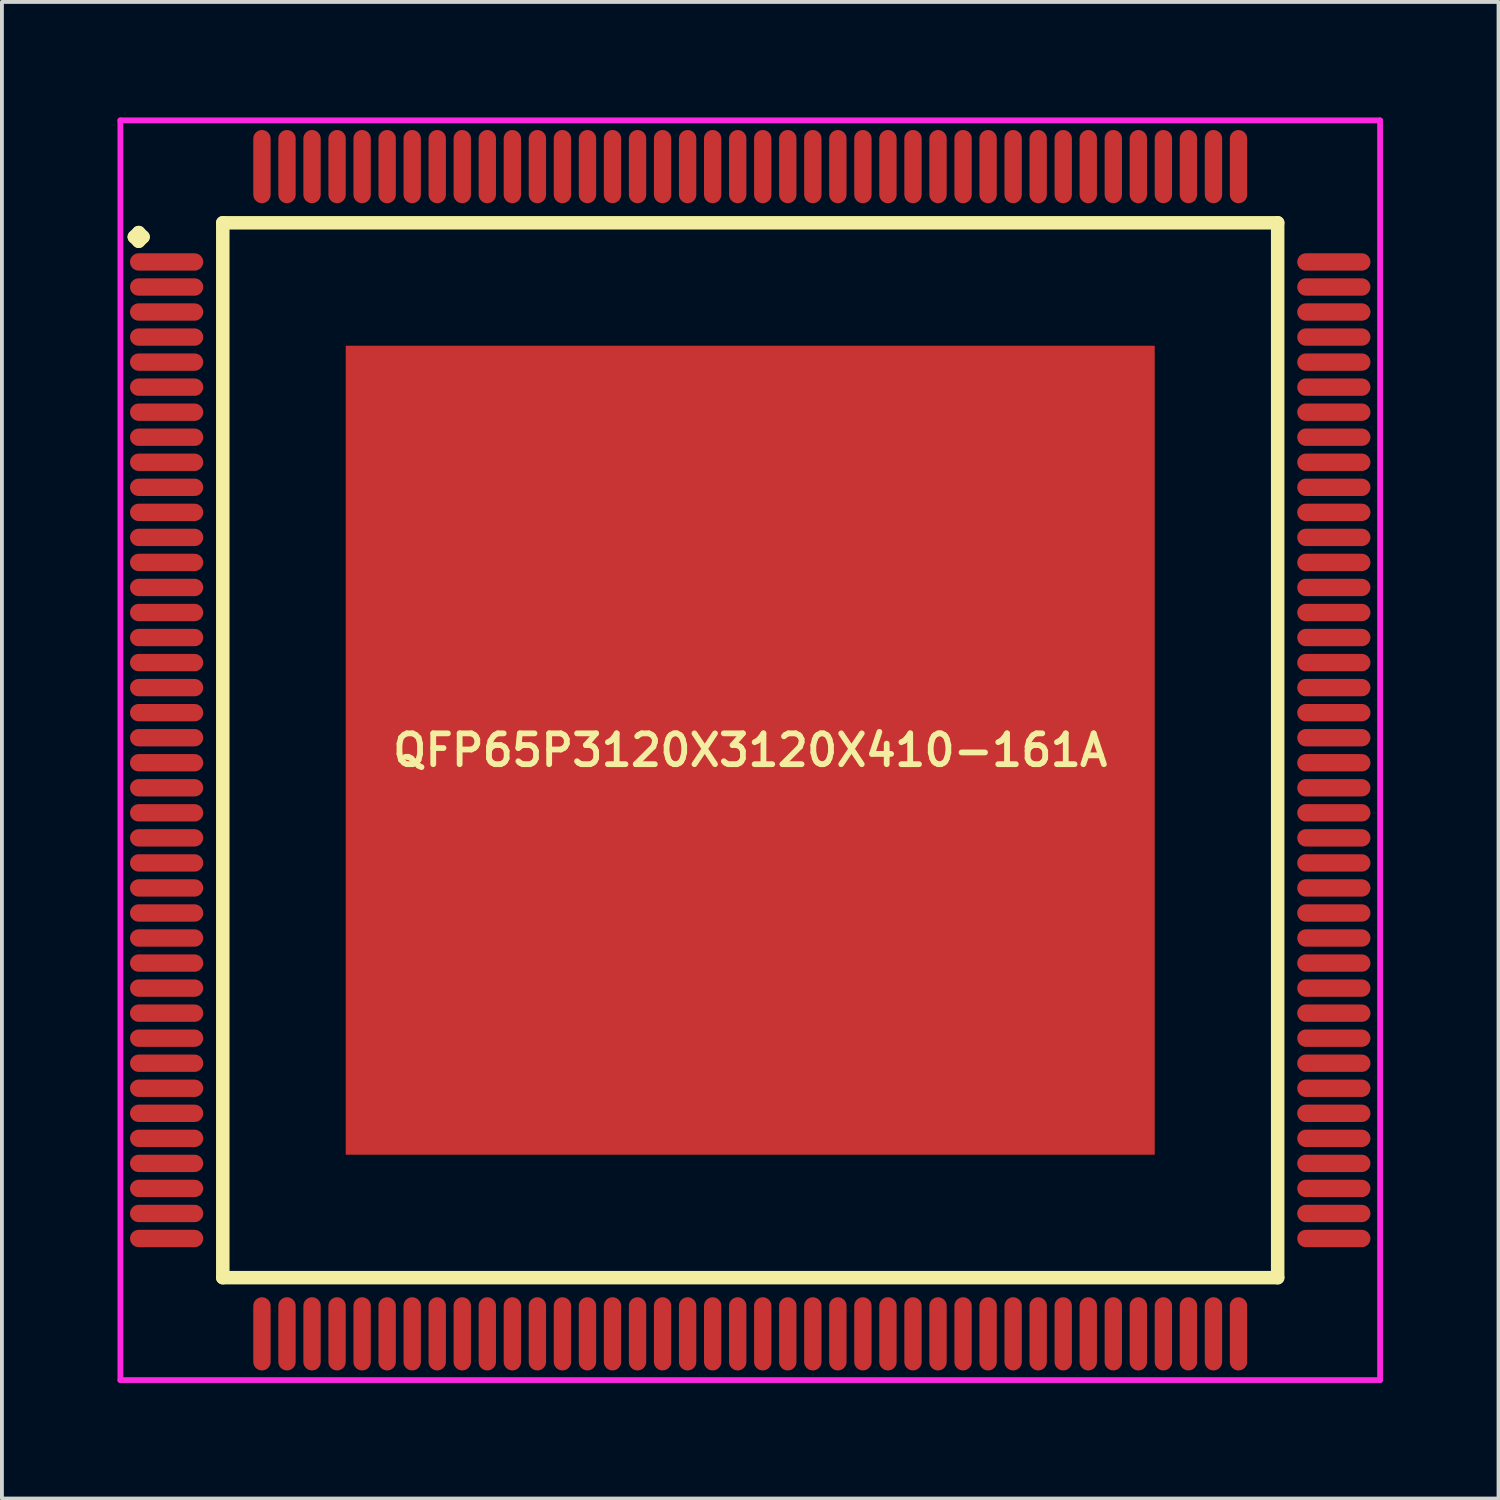
<source format=kicad_pcb>
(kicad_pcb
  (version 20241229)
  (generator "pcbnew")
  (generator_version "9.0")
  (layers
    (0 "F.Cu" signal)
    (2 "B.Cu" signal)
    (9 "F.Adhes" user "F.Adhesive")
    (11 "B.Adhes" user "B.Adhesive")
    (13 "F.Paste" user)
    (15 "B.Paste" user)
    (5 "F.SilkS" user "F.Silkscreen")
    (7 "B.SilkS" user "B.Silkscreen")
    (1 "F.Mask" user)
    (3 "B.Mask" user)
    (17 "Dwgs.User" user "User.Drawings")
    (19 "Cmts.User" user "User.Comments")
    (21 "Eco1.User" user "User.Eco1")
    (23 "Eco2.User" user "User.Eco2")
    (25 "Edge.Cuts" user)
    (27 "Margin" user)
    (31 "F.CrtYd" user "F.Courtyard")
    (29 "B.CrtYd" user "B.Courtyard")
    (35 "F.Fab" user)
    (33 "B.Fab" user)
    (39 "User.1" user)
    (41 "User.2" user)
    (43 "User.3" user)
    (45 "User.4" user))
  (footprint "QFP65P3120X3120X410-161A"
    (layer "F.Cu")
    (at 16.425 16.425)
    (property "Reference" "QFP65P3120X3120X410-161A" (at 0 0 0) (layer "F.SilkS") (effects (font (size 0.8 0.8) (thickness 0.15))))
    (attr smd)
    (fp_line (start -15.988 -13.325) (end -15.875 -13.438) (stroke (width 0.35) (type solid)) (layer "F.SilkS"))
    (fp_line (start -15.875 -13.438) (end -15.762 -13.325) (stroke (width 0.35) (type solid)) (layer "F.SilkS"))
    (fp_line (start -15.875 -13.213) (end -15.988 -13.325) (stroke (width 0.35) (type solid)) (layer "F.SilkS"))
    (fp_line (start -15.762 -13.325) (end -15.875 -13.213) (stroke (width 0.35) (type solid)) (layer "F.SilkS"))
    (fp_line (start -13.692 -13.692) (end -13.692 13.692) (stroke (width 0.35) (type solid)) (layer "F.SilkS"))
    (fp_line (start -13.692 13.692) (end 13.692 13.692) (stroke (width 0.35) (type solid)) (layer "F.SilkS"))
    (fp_line (start 13.692 -13.692) (end -13.692 -13.692) (stroke (width 0.35) (type solid)) (layer "F.SilkS"))
    (fp_line (start 13.692 13.692) (end 13.692 -13.692) (stroke (width 0.35) (type solid)) (layer "F.SilkS"))
    (fp_line (start -16.35 -16.35) (end 16.35 -16.35) (stroke (width 0.15) (type solid)) (layer "F.CrtYd"))
    (fp_line (start -16.35 16.35) (end -16.35 -16.35) (stroke (width 0.15) (type solid)) (layer "F.CrtYd"))
    (fp_line (start 16.35 -16.35) (end 16.35 16.35) (stroke (width 0.15) (type solid)) (layer "F.CrtYd"))
    (fp_line (start 16.35 16.35) (end -16.35 16.35) (stroke (width 0.15) (type solid)) (layer "F.CrtYd"))
    (pad "1" smd oval (at -15.15 -12.675) (size 1.9 0.45) (layers "F.Cu" "F.Mask" "F.Paste"))
    (pad "2" smd oval (at -15.15 -12.025) (size 1.9 0.45) (layers "F.Cu" "F.Mask" "F.Paste"))
    (pad "3" smd oval (at -15.15 -11.375) (size 1.9 0.45) (layers "F.Cu" "F.Mask" "F.Paste"))
    (pad "4" smd oval (at -15.15 -10.725) (size 1.9 0.45) (layers "F.Cu" "F.Mask" "F.Paste"))
    (pad "5" smd oval (at -15.15 -10.075) (size 1.9 0.45) (layers "F.Cu" "F.Mask" "F.Paste"))
    (pad "6" smd oval (at -15.15 -9.425) (size 1.9 0.45) (layers "F.Cu" "F.Mask" "F.Paste"))
    (pad "7" smd oval (at -15.15 -8.775) (size 1.9 0.45) (layers "F.Cu" "F.Mask" "F.Paste"))
    (pad "8" smd oval (at -15.15 -8.125) (size 1.9 0.45) (layers "F.Cu" "F.Mask" "F.Paste"))
    (pad "9" smd oval (at -15.15 -7.475) (size 1.9 0.45) (layers "F.Cu" "F.Mask" "F.Paste"))
    (pad "10" smd oval (at -15.15 -6.825) (size 1.9 0.45) (layers "F.Cu" "F.Mask" "F.Paste"))
    (pad "11" smd oval (at -15.15 -6.175) (size 1.9 0.45) (layers "F.Cu" "F.Mask" "F.Paste"))
    (pad "12" smd oval (at -15.15 -5.525) (size 1.9 0.45) (layers "F.Cu" "F.Mask" "F.Paste"))
    (pad "13" smd oval (at -15.15 -4.875) (size 1.9 0.45) (layers "F.Cu" "F.Mask" "F.Paste"))
    (pad "14" smd oval (at -15.15 -4.225) (size 1.9 0.45) (layers "F.Cu" "F.Mask" "F.Paste"))
    (pad "15" smd oval (at -15.15 -3.575) (size 1.9 0.45) (layers "F.Cu" "F.Mask" "F.Paste"))
    (pad "16" smd oval (at -15.15 -2.925) (size 1.9 0.45) (layers "F.Cu" "F.Mask" "F.Paste"))
    (pad "17" smd oval (at -15.15 -2.275) (size 1.9 0.45) (layers "F.Cu" "F.Mask" "F.Paste"))
    (pad "18" smd oval (at -15.15 -1.625) (size 1.9 0.45) (layers "F.Cu" "F.Mask" "F.Paste"))
    (pad "19" smd oval (at -15.15 -0.975) (size 1.9 0.45) (layers "F.Cu" "F.Mask" "F.Paste"))
    (pad "20" smd oval (at -15.15 -0.325) (size 1.9 0.45) (layers "F.Cu" "F.Mask" "F.Paste"))
    (pad "21" smd oval (at -15.15 0.325) (size 1.9 0.45) (layers "F.Cu" "F.Mask" "F.Paste"))
    (pad "22" smd oval (at -15.15 0.975) (size 1.9 0.45) (layers "F.Cu" "F.Mask" "F.Paste"))
    (pad "23" smd oval (at -15.15 1.625) (size 1.9 0.45) (layers "F.Cu" "F.Mask" "F.Paste"))
    (pad "24" smd oval (at -15.15 2.275) (size 1.9 0.45) (layers "F.Cu" "F.Mask" "F.Paste"))
    (pad "25" smd oval (at -15.15 2.925) (size 1.9 0.45) (layers "F.Cu" "F.Mask" "F.Paste"))
    (pad "26" smd oval (at -15.15 3.575) (size 1.9 0.45) (layers "F.Cu" "F.Mask" "F.Paste"))
    (pad "27" smd oval (at -15.15 4.225) (size 1.9 0.45) (layers "F.Cu" "F.Mask" "F.Paste"))
    (pad "28" smd oval (at -15.15 4.875) (size 1.9 0.45) (layers "F.Cu" "F.Mask" "F.Paste"))
    (pad "29" smd oval (at -15.15 5.525) (size 1.9 0.45) (layers "F.Cu" "F.Mask" "F.Paste"))
    (pad "30" smd oval (at -15.15 6.175) (size 1.9 0.45) (layers "F.Cu" "F.Mask" "F.Paste"))
    (pad "31" smd oval (at -15.15 6.825) (size 1.9 0.45) (layers "F.Cu" "F.Mask" "F.Paste"))
    (pad "32" smd oval (at -15.15 7.475) (size 1.9 0.45) (layers "F.Cu" "F.Mask" "F.Paste"))
    (pad "33" smd oval (at -15.15 8.125) (size 1.9 0.45) (layers "F.Cu" "F.Mask" "F.Paste"))
    (pad "34" smd oval (at -15.15 8.775) (size 1.9 0.45) (layers "F.Cu" "F.Mask" "F.Paste"))
    (pad "35" smd oval (at -15.15 9.425) (size 1.9 0.45) (layers "F.Cu" "F.Mask" "F.Paste"))
    (pad "36" smd oval (at -15.15 10.075) (size 1.9 0.45) (layers "F.Cu" "F.Mask" "F.Paste"))
    (pad "37" smd oval (at -15.15 10.725) (size 1.9 0.45) (layers "F.Cu" "F.Mask" "F.Paste"))
    (pad "38" smd oval (at -15.15 11.375) (size 1.9 0.45) (layers "F.Cu" "F.Mask" "F.Paste"))
    (pad "39" smd oval (at -15.15 12.025) (size 1.9 0.45) (layers "F.Cu" "F.Mask" "F.Paste"))
    (pad "40" smd oval (at -15.15 12.675) (size 1.9 0.45) (layers "F.Cu" "F.Mask" "F.Paste"))
    (pad "41" smd oval (at -12.675 15.15) (size 0.45 1.9) (layers "F.Cu" "F.Mask" "F.Paste"))
    (pad "42" smd oval (at -12.025 15.15) (size 0.45 1.9) (layers "F.Cu" "F.Mask" "F.Paste"))
    (pad "43" smd oval (at -11.375 15.15) (size 0.45 1.9) (layers "F.Cu" "F.Mask" "F.Paste"))
    (pad "44" smd oval (at -10.725 15.15) (size 0.45 1.9) (layers "F.Cu" "F.Mask" "F.Paste"))
    (pad "45" smd oval (at -10.075 15.15) (size 0.45 1.9) (layers "F.Cu" "F.Mask" "F.Paste"))
    (pad "46" smd oval (at -9.425 15.15) (size 0.45 1.9) (layers "F.Cu" "F.Mask" "F.Paste"))
    (pad "47" smd oval (at -8.775 15.15) (size 0.45 1.9) (layers "F.Cu" "F.Mask" "F.Paste"))
    (pad "48" smd oval (at -8.125 15.15) (size 0.45 1.9) (layers "F.Cu" "F.Mask" "F.Paste"))
    (pad "49" smd oval (at -7.475 15.15) (size 0.45 1.9) (layers "F.Cu" "F.Mask" "F.Paste"))
    (pad "50" smd oval (at -6.825 15.15) (size 0.45 1.9) (layers "F.Cu" "F.Mask" "F.Paste"))
    (pad "51" smd oval (at -6.175 15.15) (size 0.45 1.9) (layers "F.Cu" "F.Mask" "F.Paste"))
    (pad "52" smd oval (at -5.525 15.15) (size 0.45 1.9) (layers "F.Cu" "F.Mask" "F.Paste"))
    (pad "53" smd oval (at -4.875 15.15) (size 0.45 1.9) (layers "F.Cu" "F.Mask" "F.Paste"))
    (pad "54" smd oval (at -4.225 15.15) (size 0.45 1.9) (layers "F.Cu" "F.Mask" "F.Paste"))
    (pad "55" smd oval (at -3.575 15.15) (size 0.45 1.9) (layers "F.Cu" "F.Mask" "F.Paste"))
    (pad "56" smd oval (at -2.925 15.15) (size 0.45 1.9) (layers "F.Cu" "F.Mask" "F.Paste"))
    (pad "57" smd oval (at -2.275 15.15) (size 0.45 1.9) (layers "F.Cu" "F.Mask" "F.Paste"))
    (pad "58" smd oval (at -1.625 15.15) (size 0.45 1.9) (layers "F.Cu" "F.Mask" "F.Paste"))
    (pad "59" smd oval (at -0.975 15.15) (size 0.45 1.9) (layers "F.Cu" "F.Mask" "F.Paste"))
    (pad "60" smd oval (at -0.325 15.15) (size 0.45 1.9) (layers "F.Cu" "F.Mask" "F.Paste"))
    (pad "61" smd oval (at 0.325 15.15) (size 0.45 1.9) (layers "F.Cu" "F.Mask" "F.Paste"))
    (pad "62" smd oval (at 0.975 15.15) (size 0.45 1.9) (layers "F.Cu" "F.Mask" "F.Paste"))
    (pad "63" smd oval (at 1.625 15.15) (size 0.45 1.9) (layers "F.Cu" "F.Mask" "F.Paste"))
    (pad "64" smd oval (at 2.275 15.15) (size 0.45 1.9) (layers "F.Cu" "F.Mask" "F.Paste"))
    (pad "65" smd oval (at 2.925 15.15) (size 0.45 1.9) (layers "F.Cu" "F.Mask" "F.Paste"))
    (pad "66" smd oval (at 3.575 15.15) (size 0.45 1.9) (layers "F.Cu" "F.Mask" "F.Paste"))
    (pad "67" smd oval (at 4.225 15.15) (size 0.45 1.9) (layers "F.Cu" "F.Mask" "F.Paste"))
    (pad "68" smd oval (at 4.875 15.15) (size 0.45 1.9) (layers "F.Cu" "F.Mask" "F.Paste"))
    (pad "69" smd oval (at 5.525 15.15) (size 0.45 1.9) (layers "F.Cu" "F.Mask" "F.Paste"))
    (pad "70" smd oval (at 6.175 15.15) (size 0.45 1.9) (layers "F.Cu" "F.Mask" "F.Paste"))
    (pad "71" smd oval (at 6.825 15.15) (size 0.45 1.9) (layers "F.Cu" "F.Mask" "F.Paste"))
    (pad "72" smd oval (at 7.475 15.15) (size 0.45 1.9) (layers "F.Cu" "F.Mask" "F.Paste"))
    (pad "73" smd oval (at 8.125 15.15) (size 0.45 1.9) (layers "F.Cu" "F.Mask" "F.Paste"))
    (pad "74" smd oval (at 8.775 15.15) (size 0.45 1.9) (layers "F.Cu" "F.Mask" "F.Paste"))
    (pad "75" smd oval (at 9.425 15.15) (size 0.45 1.9) (layers "F.Cu" "F.Mask" "F.Paste"))
    (pad "76" smd oval (at 10.075 15.15) (size 0.45 1.9) (layers "F.Cu" "F.Mask" "F.Paste"))
    (pad "77" smd oval (at 10.725 15.15) (size 0.45 1.9) (layers "F.Cu" "F.Mask" "F.Paste"))
    (pad "78" smd oval (at 11.375 15.15) (size 0.45 1.9) (layers "F.Cu" "F.Mask" "F.Paste"))
    (pad "79" smd oval (at 12.025 15.15) (size 0.45 1.9) (layers "F.Cu" "F.Mask" "F.Paste"))
    (pad "80" smd oval (at 12.675 15.15) (size 0.45 1.9) (layers "F.Cu" "F.Mask" "F.Paste"))
    (pad "81" smd oval (at 15.15 12.675) (size 1.9 0.45) (layers "F.Cu" "F.Mask" "F.Paste"))
    (pad "82" smd oval (at 15.15 12.025) (size 1.9 0.45) (layers "F.Cu" "F.Mask" "F.Paste"))
    (pad "83" smd oval (at 15.15 11.375) (size 1.9 0.45) (layers "F.Cu" "F.Mask" "F.Paste"))
    (pad "84" smd oval (at 15.15 10.725) (size 1.9 0.45) (layers "F.Cu" "F.Mask" "F.Paste"))
    (pad "85" smd oval (at 15.15 10.075) (size 1.9 0.45) (layers "F.Cu" "F.Mask" "F.Paste"))
    (pad "86" smd oval (at 15.15 9.425) (size 1.9 0.45) (layers "F.Cu" "F.Mask" "F.Paste"))
    (pad "87" smd oval (at 15.15 8.775) (size 1.9 0.45) (layers "F.Cu" "F.Mask" "F.Paste"))
    (pad "88" smd oval (at 15.15 8.125) (size 1.9 0.45) (layers "F.Cu" "F.Mask" "F.Paste"))
    (pad "89" smd oval (at 15.15 7.475) (size 1.9 0.45) (layers "F.Cu" "F.Mask" "F.Paste"))
    (pad "90" smd oval (at 15.15 6.825) (size 1.9 0.45) (layers "F.Cu" "F.Mask" "F.Paste"))
    (pad "91" smd oval (at 15.15 6.175) (size 1.9 0.45) (layers "F.Cu" "F.Mask" "F.Paste"))
    (pad "92" smd oval (at 15.15 5.525) (size 1.9 0.45) (layers "F.Cu" "F.Mask" "F.Paste"))
    (pad "93" smd oval (at 15.15 4.875) (size 1.9 0.45) (layers "F.Cu" "F.Mask" "F.Paste"))
    (pad "94" smd oval (at 15.15 4.225) (size 1.9 0.45) (layers "F.Cu" "F.Mask" "F.Paste"))
    (pad "95" smd oval (at 15.15 3.575) (size 1.9 0.45) (layers "F.Cu" "F.Mask" "F.Paste"))
    (pad "96" smd oval (at 15.15 2.925) (size 1.9 0.45) (layers "F.Cu" "F.Mask" "F.Paste"))
    (pad "97" smd oval (at 15.15 2.275) (size 1.9 0.45) (layers "F.Cu" "F.Mask" "F.Paste"))
    (pad "98" smd oval (at 15.15 1.625) (size 1.9 0.45) (layers "F.Cu" "F.Mask" "F.Paste"))
    (pad "99" smd oval (at 15.15 0.975) (size 1.9 0.45) (layers "F.Cu" "F.Mask" "F.Paste"))
    (pad "100" smd oval (at 15.15 0.325) (size 1.9 0.45) (layers "F.Cu" "F.Mask" "F.Paste"))
    (pad "101" smd oval (at 15.15 -0.325) (size 1.9 0.45) (layers "F.Cu" "F.Mask" "F.Paste"))
    (pad "102" smd oval (at 15.15 -0.975) (size 1.9 0.45) (layers "F.Cu" "F.Mask" "F.Paste"))
    (pad "103" smd oval (at 15.15 -1.625) (size 1.9 0.45) (layers "F.Cu" "F.Mask" "F.Paste"))
    (pad "104" smd oval (at 15.15 -2.275) (size 1.9 0.45) (layers "F.Cu" "F.Mask" "F.Paste"))
    (pad "105" smd oval (at 15.15 -2.925) (size 1.9 0.45) (layers "F.Cu" "F.Mask" "F.Paste"))
    (pad "106" smd oval (at 15.15 -3.575) (size 1.9 0.45) (layers "F.Cu" "F.Mask" "F.Paste"))
    (pad "107" smd oval (at 15.15 -4.225) (size 1.9 0.45) (layers "F.Cu" "F.Mask" "F.Paste"))
    (pad "108" smd oval (at 15.15 -4.875) (size 1.9 0.45) (layers "F.Cu" "F.Mask" "F.Paste"))
    (pad "109" smd oval (at 15.15 -5.525) (size 1.9 0.45) (layers "F.Cu" "F.Mask" "F.Paste"))
    (pad "110" smd oval (at 15.15 -6.175) (size 1.9 0.45) (layers "F.Cu" "F.Mask" "F.Paste"))
    (pad "111" smd oval (at 15.15 -6.825) (size 1.9 0.45) (layers "F.Cu" "F.Mask" "F.Paste"))
    (pad "112" smd oval (at 15.15 -7.475) (size 1.9 0.45) (layers "F.Cu" "F.Mask" "F.Paste"))
    (pad "113" smd oval (at 15.15 -8.125) (size 1.9 0.45) (layers "F.Cu" "F.Mask" "F.Paste"))
    (pad "114" smd oval (at 15.15 -8.775) (size 1.9 0.45) (layers "F.Cu" "F.Mask" "F.Paste"))
    (pad "115" smd oval (at 15.15 -9.425) (size 1.9 0.45) (layers "F.Cu" "F.Mask" "F.Paste"))
    (pad "116" smd oval (at 15.15 -10.075) (size 1.9 0.45) (layers "F.Cu" "F.Mask" "F.Paste"))
    (pad "117" smd oval (at 15.15 -10.725) (size 1.9 0.45) (layers "F.Cu" "F.Mask" "F.Paste"))
    (pad "118" smd oval (at 15.15 -11.375) (size 1.9 0.45) (layers "F.Cu" "F.Mask" "F.Paste"))
    (pad "119" smd oval (at 15.15 -12.025) (size 1.9 0.45) (layers "F.Cu" "F.Mask" "F.Paste"))
    (pad "120" smd oval (at 15.15 -12.675) (size 1.9 0.45) (layers "F.Cu" "F.Mask" "F.Paste"))
    (pad "121" smd oval (at 12.675 -15.15) (size 0.45 1.9) (layers "F.Cu" "F.Mask" "F.Paste"))
    (pad "122" smd oval (at 12.025 -15.15) (size 0.45 1.9) (layers "F.Cu" "F.Mask" "F.Paste"))
    (pad "123" smd oval (at 11.375 -15.15) (size 0.45 1.9) (layers "F.Cu" "F.Mask" "F.Paste"))
    (pad "124" smd oval (at 10.725 -15.15) (size 0.45 1.9) (layers "F.Cu" "F.Mask" "F.Paste"))
    (pad "125" smd oval (at 10.075 -15.15) (size 0.45 1.9) (layers "F.Cu" "F.Mask" "F.Paste"))
    (pad "126" smd oval (at 9.425 -15.15) (size 0.45 1.9) (layers "F.Cu" "F.Mask" "F.Paste"))
    (pad "127" smd oval (at 8.775 -15.15) (size 0.45 1.9) (layers "F.Cu" "F.Mask" "F.Paste"))
    (pad "128" smd oval (at 8.125 -15.15) (size 0.45 1.9) (layers "F.Cu" "F.Mask" "F.Paste"))
    (pad "129" smd oval (at 7.475 -15.15) (size 0.45 1.9) (layers "F.Cu" "F.Mask" "F.Paste"))
    (pad "130" smd oval (at 6.825 -15.15) (size 0.45 1.9) (layers "F.Cu" "F.Mask" "F.Paste"))
    (pad "131" smd oval (at 6.175 -15.15) (size 0.45 1.9) (layers "F.Cu" "F.Mask" "F.Paste"))
    (pad "132" smd oval (at 5.525 -15.15) (size 0.45 1.9) (layers "F.Cu" "F.Mask" "F.Paste"))
    (pad "133" smd oval (at 4.875 -15.15) (size 0.45 1.9) (layers "F.Cu" "F.Mask" "F.Paste"))
    (pad "134" smd oval (at 4.225 -15.15) (size 0.45 1.9) (layers "F.Cu" "F.Mask" "F.Paste"))
    (pad "135" smd oval (at 3.575 -15.15) (size 0.45 1.9) (layers "F.Cu" "F.Mask" "F.Paste"))
    (pad "136" smd oval (at 2.925 -15.15) (size 0.45 1.9) (layers "F.Cu" "F.Mask" "F.Paste"))
    (pad "137" smd oval (at 2.275 -15.15) (size 0.45 1.9) (layers "F.Cu" "F.Mask" "F.Paste"))
    (pad "138" smd oval (at 1.625 -15.15) (size 0.45 1.9) (layers "F.Cu" "F.Mask" "F.Paste"))
    (pad "139" smd oval (at 0.975 -15.15) (size 0.45 1.9) (layers "F.Cu" "F.Mask" "F.Paste"))
    (pad "140" smd oval (at 0.325 -15.15) (size 0.45 1.9) (layers "F.Cu" "F.Mask" "F.Paste"))
    (pad "141" smd oval (at -0.325 -15.15) (size 0.45 1.9) (layers "F.Cu" "F.Mask" "F.Paste"))
    (pad "142" smd oval (at -0.975 -15.15) (size 0.45 1.9) (layers "F.Cu" "F.Mask" "F.Paste"))
    (pad "143" smd oval (at -1.625 -15.15) (size 0.45 1.9) (layers "F.Cu" "F.Mask" "F.Paste"))
    (pad "144" smd oval (at -2.275 -15.15) (size 0.45 1.9) (layers "F.Cu" "F.Mask" "F.Paste"))
    (pad "145" smd oval (at -2.925 -15.15) (size 0.45 1.9) (layers "F.Cu" "F.Mask" "F.Paste"))
    (pad "146" smd oval (at -3.575 -15.15) (size 0.45 1.9) (layers "F.Cu" "F.Mask" "F.Paste"))
    (pad "147" smd oval (at -4.225 -15.15) (size 0.45 1.9) (layers "F.Cu" "F.Mask" "F.Paste"))
    (pad "148" smd oval (at -4.875 -15.15) (size 0.45 1.9) (layers "F.Cu" "F.Mask" "F.Paste"))
    (pad "149" smd oval (at -5.525 -15.15) (size 0.45 1.9) (layers "F.Cu" "F.Mask" "F.Paste"))
    (pad "150" smd oval (at -6.175 -15.15) (size 0.45 1.9) (layers "F.Cu" "F.Mask" "F.Paste"))
    (pad "151" smd oval (at -6.825 -15.15) (size 0.45 1.9) (layers "F.Cu" "F.Mask" "F.Paste"))
    (pad "152" smd oval (at -7.475 -15.15) (size 0.45 1.9) (layers "F.Cu" "F.Mask" "F.Paste"))
    (pad "153" smd oval (at -8.125 -15.15) (size 0.45 1.9) (layers "F.Cu" "F.Mask" "F.Paste"))
    (pad "154" smd oval (at -8.775 -15.15) (size 0.45 1.9) (layers "F.Cu" "F.Mask" "F.Paste"))
    (pad "155" smd oval (at -9.425 -15.15) (size 0.45 1.9) (layers "F.Cu" "F.Mask" "F.Paste"))
    (pad "156" smd oval (at -10.075 -15.15) (size 0.45 1.9) (layers "F.Cu" "F.Mask" "F.Paste"))
    (pad "157" smd oval (at -10.725 -15.15) (size 0.45 1.9) (layers "F.Cu" "F.Mask" "F.Paste"))
    (pad "158" smd oval (at -11.375 -15.15) (size 0.45 1.9) (layers "F.Cu" "F.Mask" "F.Paste"))
    (pad "159" smd oval (at -12.025 -15.15) (size 0.45 1.9) (layers "F.Cu" "F.Mask" "F.Paste"))
    (pad "160" smd oval (at -12.675 -15.15) (size 0.45 1.9) (layers "F.Cu" "F.Mask" "F.Paste"))
    (pad "161" smd rect (at 0 0) (size 21 21) (layers "F.Cu" "F.Mask" "F.Paste")))
  (gr_rect
    (start -3 -3)
    (end 35.85 35.85)
    (stroke (width 0.1) (type default))
    (fill no)
    (layer "Edge.Cuts")))
</source>
